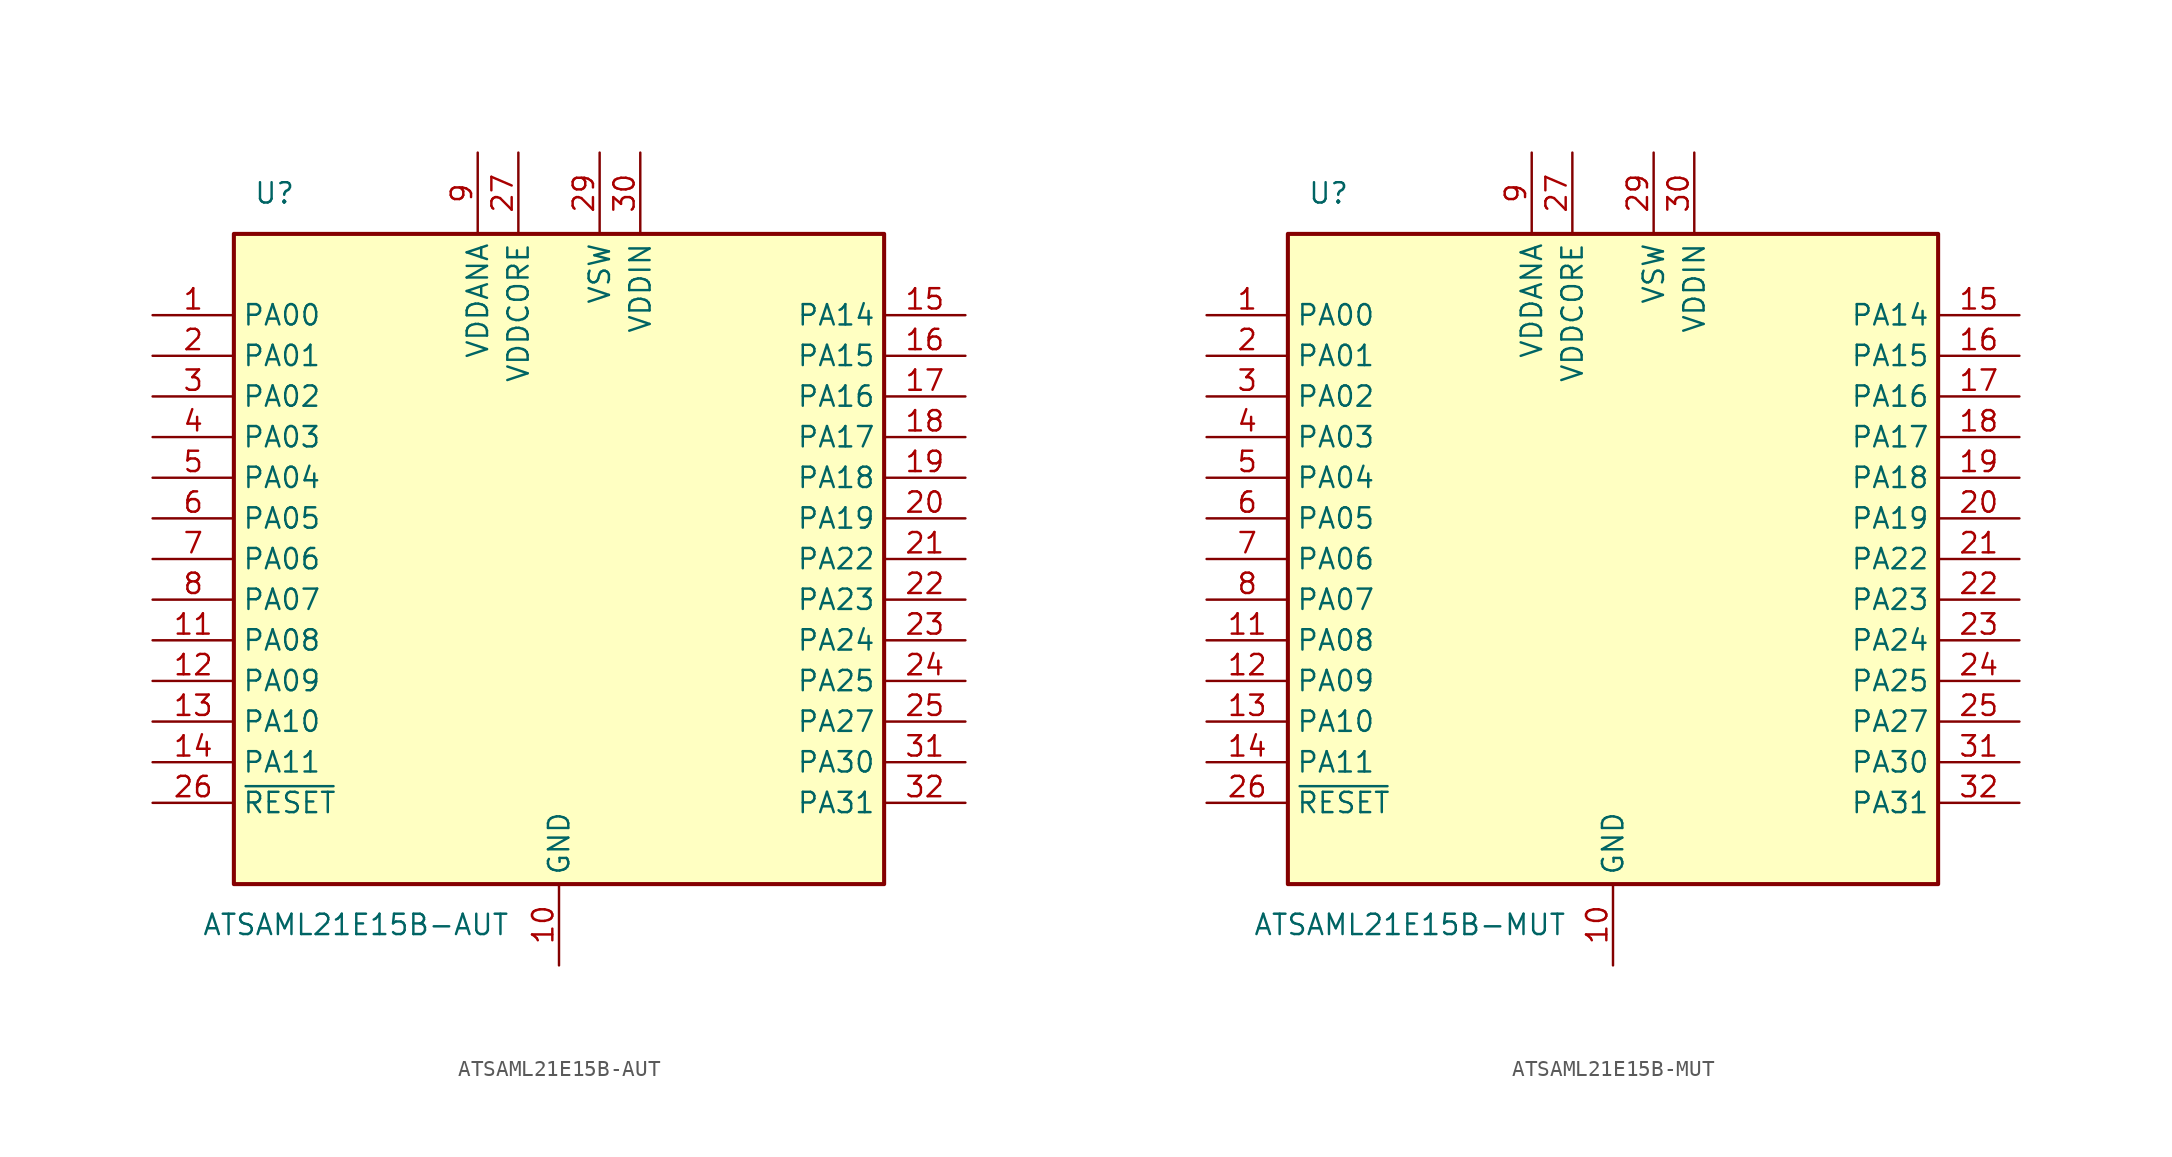
<source format=kicad_sym>
(kicad_symbol_lib
  (version 20220914)
  (generator kicad_symbol_editor)
  (symbol "ATSAML21E15B-AUT"
    (property "Reference" "U"
      (at -17.78 22.86 0)
      (effects (font (size 1.27 1.27))))
    (property "Value" "ATSAML21E15B-AUT"
      (at -12.7 -22.86 0)
      (effects (font (size 1.27 1.27))))
    (symbol "ATSAML21E15B-AUT_0_1"
      (rectangle (start -20.32 20.32) (end 20.32 -20.32) (stroke (width 0.254) (type default)) (fill (type background))))
    (symbol "ATSAML21E15B-AUT_1_1"
      (pin bidirectional line (at -25.4 15.24 0) (length 5.08) (name "PA00" (effects (font (size 1.27 1.27)))) (number "1" (effects (font (size 1.27 1.27)))))
      (pin power_in line (at 0 -25.4 90) (length 5.08) (name "GND" (effects (font (size 1.27 1.27)))) (number "10" (effects (font (size 1.27 1.27)))))
      (pin bidirectional line (at -25.4 -5.08 0) (length 5.08) (name "PA08" (effects (font (size 1.27 1.27)))) (number "11" (effects (font (size 1.27 1.27)))))
      (pin bidirectional line (at -25.4 -7.62 0) (length 5.08) (name "PA09" (effects (font (size 1.27 1.27)))) (number "12" (effects (font (size 1.27 1.27)))))
      (pin bidirectional line (at -25.4 -10.16 0) (length 5.08) (name "PA10" (effects (font (size 1.27 1.27)))) (number "13" (effects (font (size 1.27 1.27)))))
      (pin bidirectional line (at -25.4 -12.7 0) (length 5.08) (name "PA11" (effects (font (size 1.27 1.27)))) (number "14" (effects (font (size 1.27 1.27)))))
      (pin bidirectional line (at 25.4 15.24 180) (length 5.08) (name "PA14" (effects (font (size 1.27 1.27)))) (number "15" (effects (font (size 1.27 1.27)))))
      (pin bidirectional line (at 25.4 12.7 180) (length 5.08) (name "PA15" (effects (font (size 1.27 1.27)))) (number "16" (effects (font (size 1.27 1.27)))))
      (pin bidirectional line (at 25.4 10.16 180) (length 5.08) (name "PA16" (effects (font (size 1.27 1.27)))) (number "17" (effects (font (size 1.27 1.27)))))
      (pin bidirectional line (at 25.4 7.62 180) (length 5.08) (name "PA17" (effects (font (size 1.27 1.27)))) (number "18" (effects (font (size 1.27 1.27)))))
      (pin bidirectional line (at 25.4 5.08 180) (length 5.08) (name "PA18" (effects (font (size 1.27 1.27)))) (number "19" (effects (font (size 1.27 1.27)))))
      (pin bidirectional line (at -25.4 12.7 0) (length 5.08) (name "PA01" (effects (font (size 1.27 1.27)))) (number "2" (effects (font (size 1.27 1.27)))))
      (pin bidirectional line (at 25.4 2.54 180) (length 5.08) (name "PA19" (effects (font (size 1.27 1.27)))) (number "20" (effects (font (size 1.27 1.27)))))
      (pin bidirectional line (at 25.4 0 180) (length 5.08) (name "PA22" (effects (font (size 1.27 1.27)))) (number "21" (effects (font (size 1.27 1.27)))))
      (pin bidirectional line (at 25.4 -2.54 180) (length 5.08) (name "PA23" (effects (font (size 1.27 1.27)))) (number "22" (effects (font (size 1.27 1.27)))))
      (pin bidirectional line (at 25.4 -5.08 180) (length 5.08) (name "PA24" (effects (font (size 1.27 1.27)))) (number "23" (effects (font (size 1.27 1.27)))))
      (pin bidirectional line (at 25.4 -7.62 180) (length 5.08) (name "PA25" (effects (font (size 1.27 1.27)))) (number "24" (effects (font (size 1.27 1.27)))))
      (pin bidirectional line (at 25.4 -10.16 180) (length 5.08) (name "PA27" (effects (font (size 1.27 1.27)))) (number "25" (effects (font (size 1.27 1.27)))))
      (pin input line (at -25.4 -15.24 0) (length 5.08) (name "~{RESET}" (effects (font (size 1.27 1.27)))) (number "26" (effects (font (size 1.27 1.27)))))
      (pin power_in line (at -2.54 25.4 270) (length 5.08) (name "VDDCORE" (effects (font (size 1.27 1.27)))) (number "27" (effects (font (size 1.27 1.27)))))
      (pin passive line (at 0 -25.4 90) (length 5.08) hide (name "GND" (effects (font (size 1.27 1.27)))) (number "28" (effects (font (size 1.27 1.27)))))
      (pin power_out line (at 2.54 25.4 270) (length 5.08) (name "VSW" (effects (font (size 1.27 1.27)))) (number "29" (effects (font (size 1.27 1.27)))))
      (pin bidirectional line (at -25.4 10.16 0) (length 5.08) (name "PA02" (effects (font (size 1.27 1.27)))) (number "3" (effects (font (size 1.27 1.27)))))
      (pin power_in line (at 5.08 25.4 270) (length 5.08) (name "VDDIN" (effects (font (size 1.27 1.27)))) (number "30" (effects (font (size 1.27 1.27)))))
      (pin bidirectional line (at 25.4 -12.7 180) (length 5.08) (name "PA30" (effects (font (size 1.27 1.27)))) (number "31" (effects (font (size 1.27 1.27)))))
      (pin bidirectional line (at 25.4 -15.24 180) (length 5.08) (name "PA31" (effects (font (size 1.27 1.27)))) (number "32" (effects (font (size 1.27 1.27)))))
      (pin bidirectional line (at -25.4 7.62 0) (length 5.08) (name "PA03" (effects (font (size 1.27 1.27)))) (number "4" (effects (font (size 1.27 1.27)))))
      (pin bidirectional line (at -25.4 5.08 0) (length 5.08) (name "PA04" (effects (font (size 1.27 1.27)))) (number "5" (effects (font (size 1.27 1.27)))))
      (pin bidirectional line (at -25.4 2.54 0) (length 5.08) (name "PA05" (effects (font (size 1.27 1.27)))) (number "6" (effects (font (size 1.27 1.27)))))
      (pin bidirectional line (at -25.4 0 0) (length 5.08) (name "PA06" (effects (font (size 1.27 1.27)))) (number "7" (effects (font (size 1.27 1.27)))))
      (pin bidirectional line (at -25.4 -2.54 0) (length 5.08) (name "PA07" (effects (font (size 1.27 1.27)))) (number "8" (effects (font (size 1.27 1.27)))))
      (pin power_in line (at -5.08 25.4 270) (length 5.08) (name "VDDANA" (effects (font (size 1.27 1.27)))) (number "9" (effects (font (size 1.27 1.27)))))))
  (symbol "ATSAML21E15B-MUT"
    (property "Reference" "U"
      (at -17.78 22.86 0)
      (effects (font (size 1.27 1.27))))
    (property "Value" "ATSAML21E15B-MUT"
      (at -12.7 -22.86 0)
      (effects (font (size 1.27 1.27))))
    (symbol "ATSAML21E15B-MUT_0_1"
      (rectangle (start -20.32 20.32) (end 20.32 -20.32) (stroke (width 0.254) (type default)) (fill (type background))))
    (symbol "ATSAML21E15B-MUT_1_1"
      (pin bidirectional line (at -25.4 15.24 0) (length 5.08) (name "PA00" (effects (font (size 1.27 1.27)))) (number "1" (effects (font (size 1.27 1.27)))))
      (pin power_in line (at 0 -25.4 90) (length 5.08) (name "GND" (effects (font (size 1.27 1.27)))) (number "10" (effects (font (size 1.27 1.27)))))
      (pin bidirectional line (at -25.4 -5.08 0) (length 5.08) (name "PA08" (effects (font (size 1.27 1.27)))) (number "11" (effects (font (size 1.27 1.27)))))
      (pin bidirectional line (at -25.4 -7.62 0) (length 5.08) (name "PA09" (effects (font (size 1.27 1.27)))) (number "12" (effects (font (size 1.27 1.27)))))
      (pin bidirectional line (at -25.4 -10.16 0) (length 5.08) (name "PA10" (effects (font (size 1.27 1.27)))) (number "13" (effects (font (size 1.27 1.27)))))
      (pin bidirectional line (at -25.4 -12.7 0) (length 5.08) (name "PA11" (effects (font (size 1.27 1.27)))) (number "14" (effects (font (size 1.27 1.27)))))
      (pin bidirectional line (at 25.4 15.24 180) (length 5.08) (name "PA14" (effects (font (size 1.27 1.27)))) (number "15" (effects (font (size 1.27 1.27)))))
      (pin bidirectional line (at 25.4 12.7 180) (length 5.08) (name "PA15" (effects (font (size 1.27 1.27)))) (number "16" (effects (font (size 1.27 1.27)))))
      (pin bidirectional line (at 25.4 10.16 180) (length 5.08) (name "PA16" (effects (font (size 1.27 1.27)))) (number "17" (effects (font (size 1.27 1.27)))))
      (pin bidirectional line (at 25.4 7.62 180) (length 5.08) (name "PA17" (effects (font (size 1.27 1.27)))) (number "18" (effects (font (size 1.27 1.27)))))
      (pin bidirectional line (at 25.4 5.08 180) (length 5.08) (name "PA18" (effects (font (size 1.27 1.27)))) (number "19" (effects (font (size 1.27 1.27)))))
      (pin bidirectional line (at -25.4 12.7 0) (length 5.08) (name "PA01" (effects (font (size 1.27 1.27)))) (number "2" (effects (font (size 1.27 1.27)))))
      (pin bidirectional line (at 25.4 2.54 180) (length 5.08) (name "PA19" (effects (font (size 1.27 1.27)))) (number "20" (effects (font (size 1.27 1.27)))))
      (pin bidirectional line (at 25.4 0 180) (length 5.08) (name "PA22" (effects (font (size 1.27 1.27)))) (number "21" (effects (font (size 1.27 1.27)))))
      (pin bidirectional line (at 25.4 -2.54 180) (length 5.08) (name "PA23" (effects (font (size 1.27 1.27)))) (number "22" (effects (font (size 1.27 1.27)))))
      (pin bidirectional line (at 25.4 -5.08 180) (length 5.08) (name "PA24" (effects (font (size 1.27 1.27)))) (number "23" (effects (font (size 1.27 1.27)))))
      (pin bidirectional line (at 25.4 -7.62 180) (length 5.08) (name "PA25" (effects (font (size 1.27 1.27)))) (number "24" (effects (font (size 1.27 1.27)))))
      (pin bidirectional line (at 25.4 -10.16 180) (length 5.08) (name "PA27" (effects (font (size 1.27 1.27)))) (number "25" (effects (font (size 1.27 1.27)))))
      (pin input line (at -25.4 -15.24 0) (length 5.08) (name "~{RESET}" (effects (font (size 1.27 1.27)))) (number "26" (effects (font (size 1.27 1.27)))))
      (pin power_in line (at -2.54 25.4 270) (length 5.08) (name "VDDCORE" (effects (font (size 1.27 1.27)))) (number "27" (effects (font (size 1.27 1.27)))))
      (pin passive line (at 0 -25.4 90) (length 5.08) hide (name "GND" (effects (font (size 1.27 1.27)))) (number "28" (effects (font (size 1.27 1.27)))))
      (pin power_out line (at 2.54 25.4 270) (length 5.08) (name "VSW" (effects (font (size 1.27 1.27)))) (number "29" (effects (font (size 1.27 1.27)))))
      (pin bidirectional line (at -25.4 10.16 0) (length 5.08) (name "PA02" (effects (font (size 1.27 1.27)))) (number "3" (effects (font (size 1.27 1.27)))))
      (pin power_in line (at 5.08 25.4 270) (length 5.08) (name "VDDIN" (effects (font (size 1.27 1.27)))) (number "30" (effects (font (size 1.27 1.27)))))
      (pin bidirectional line (at 25.4 -12.7 180) (length 5.08) (name "PA30" (effects (font (size 1.27 1.27)))) (number "31" (effects (font (size 1.27 1.27)))))
      (pin bidirectional line (at 25.4 -15.24 180) (length 5.08) (name "PA31" (effects (font (size 1.27 1.27)))) (number "32" (effects (font (size 1.27 1.27)))))
      (pin bidirectional line (at -25.4 7.62 0) (length 5.08) (name "PA03" (effects (font (size 1.27 1.27)))) (number "4" (effects (font (size 1.27 1.27)))))
      (pin bidirectional line (at -25.4 5.08 0) (length 5.08) (name "PA04" (effects (font (size 1.27 1.27)))) (number "5" (effects (font (size 1.27 1.27)))))
      (pin bidirectional line (at -25.4 2.54 0) (length 5.08) (name "PA05" (effects (font (size 1.27 1.27)))) (number "6" (effects (font (size 1.27 1.27)))))
      (pin bidirectional line (at -25.4 0 0) (length 5.08) (name "PA06" (effects (font (size 1.27 1.27)))) (number "7" (effects (font (size 1.27 1.27)))))
      (pin bidirectional line (at -25.4 -2.54 0) (length 5.08) (name "PA07" (effects (font (size 1.27 1.27)))) (number "8" (effects (font (size 1.27 1.27)))))
      (pin power_in line (at -5.08 25.4 270) (length 5.08) (name "VDDANA" (effects (font (size 1.27 1.27)))) (number "9" (effects (font (size 1.27 1.27))))))))
</source>
